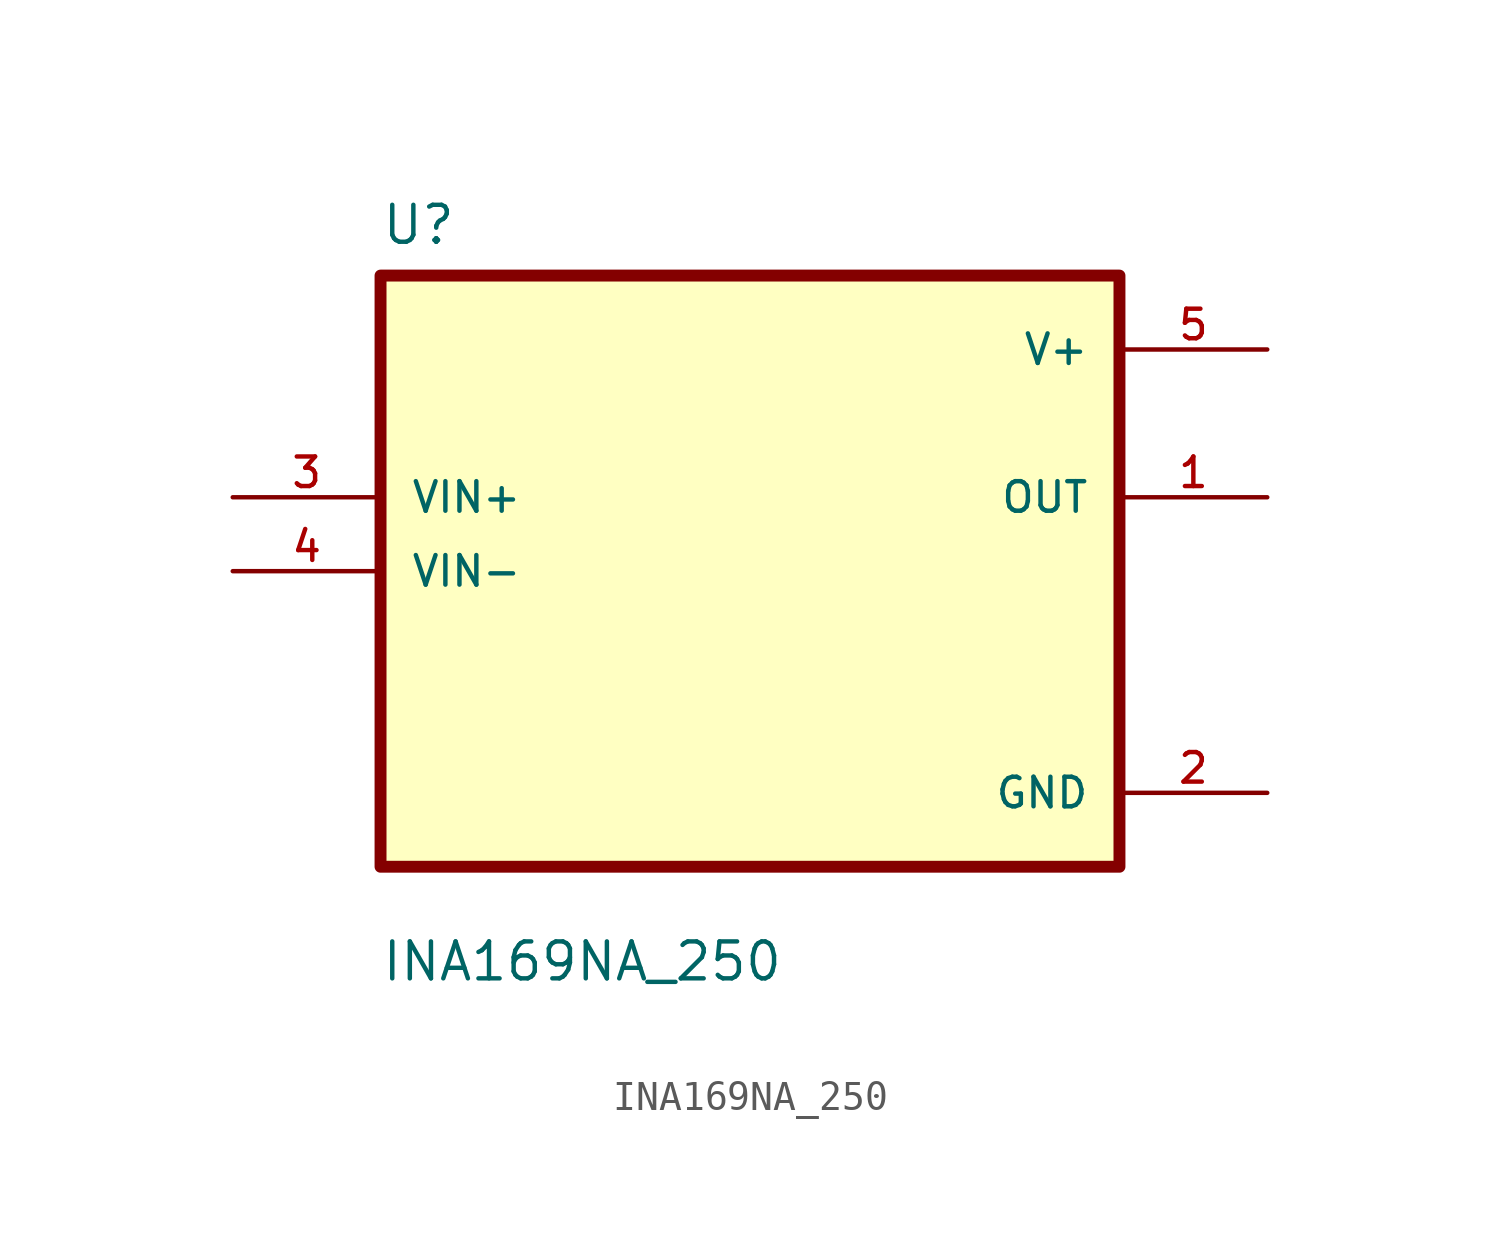
<source format=kicad_sym>
(kicad_symbol_lib
  (version 20211014)
  (generator kicad_symbol_editor)
  (symbol "INA169NA_250"
    (pin_names
      (offset 1.016))
    (property "Reference" "U"
      (at -12.7 11.16 0.0)
      (effects (font (size 1.27 1.27)) (justify bottom left)))
    (property "Value" "INA169NA_250"
      (at -12.7 -14.16 0.0)
      (effects (font (size 1.27 1.27)) (justify bottom left)))
    (symbol "INA169NA_250_0_0"
      (rectangle (start -12.7 -10.16) (end 12.7 10.16) (stroke (width 0.41)) (fill (type background)))
      (pin input line (at -17.78 2.54 0) (length 5.08) (name "VIN+" (effects (font (size 1.016 1.016)))) (number "3" (effects (font (size 1.016 1.016)))))
      (pin input line (at -17.78 0.0 0) (length 5.08) (name "VIN-" (effects (font (size 1.016 1.016)))) (number "4" (effects (font (size 1.016 1.016)))))
      (pin power_in line (at 17.78 7.62 180.0) (length 5.08) (name "V+" (effects (font (size 1.016 1.016)))) (number "5" (effects (font (size 1.016 1.016)))))
      (pin output line (at 17.78 2.54 180.0) (length 5.08) (name "OUT" (effects (font (size 1.016 1.016)))) (number "1" (effects (font (size 1.016 1.016)))))
      (pin power_in line (at 17.78 -7.62 180.0) (length 5.08) (name "GND" (effects (font (size 1.016 1.016)))) (number "2" (effects (font (size 1.016 1.016))))))))
</source>
